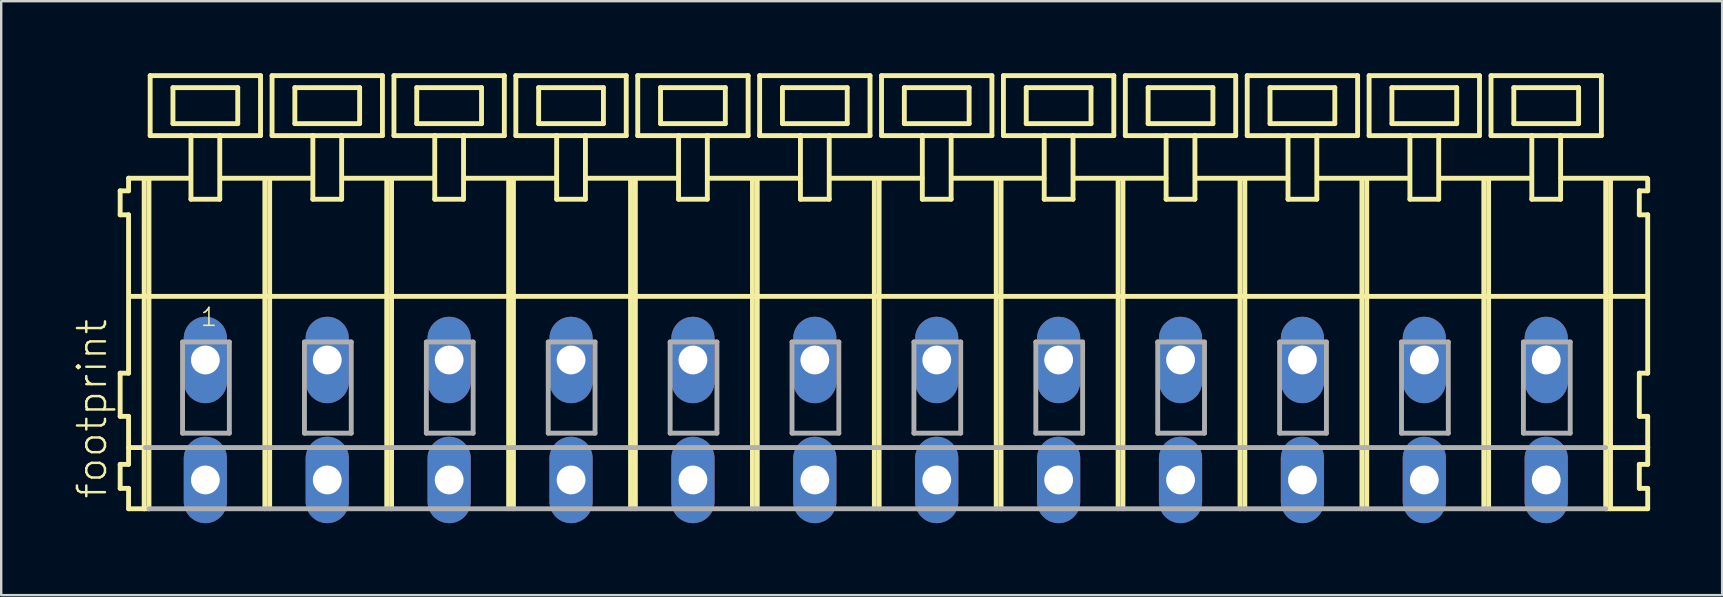
<source format=kicad_pcb>
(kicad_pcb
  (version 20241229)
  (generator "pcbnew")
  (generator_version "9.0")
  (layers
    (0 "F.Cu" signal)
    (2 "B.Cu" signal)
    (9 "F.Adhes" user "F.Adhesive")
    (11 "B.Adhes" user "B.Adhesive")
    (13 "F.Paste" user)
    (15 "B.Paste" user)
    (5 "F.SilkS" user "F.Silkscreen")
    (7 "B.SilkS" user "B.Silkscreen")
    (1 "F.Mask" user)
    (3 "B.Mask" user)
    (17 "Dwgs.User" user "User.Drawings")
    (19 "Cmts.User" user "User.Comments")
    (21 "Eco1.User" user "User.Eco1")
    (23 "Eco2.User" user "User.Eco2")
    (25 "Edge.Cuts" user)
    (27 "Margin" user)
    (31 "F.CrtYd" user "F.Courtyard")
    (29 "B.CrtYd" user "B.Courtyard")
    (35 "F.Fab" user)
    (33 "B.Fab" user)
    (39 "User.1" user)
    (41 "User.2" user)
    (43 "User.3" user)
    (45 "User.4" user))
  (footprint "footprint"
    (layer "F.Cu")
    (at 33.448 11.952)
    (property "Reference" "footprint" (at -31.975 5.855 90) (layer "F.SilkS") (effects (font (size 1.168 1.168) (thickness 0.102)) (justify left bottom)))
    (fp_line (start -31.49 -7.05) (end -31.49 -6.05) (stroke (width 0.203) (type solid)) (layer "F.SilkS"))
    (fp_line (start -31.49 -6.05) (end -31.14 -6.05) (stroke (width 0.203) (type solid)) (layer "F.SilkS"))
    (fp_line (start -31.49 0.55) (end -31.49 2.35) (stroke (width 0.203) (type solid)) (layer "F.SilkS"))
    (fp_line (start -31.49 2.35) (end -31.14 2.35) (stroke (width 0.203) (type solid)) (layer "F.SilkS"))
    (fp_line (start -31.49 4.35) (end -31.49 5.35) (stroke (width 0.203) (type solid)) (layer "F.SilkS"))
    (fp_line (start -31.49 5.35) (end -31.14 5.35) (stroke (width 0.203) (type solid)) (layer "F.SilkS"))
    (fp_line (start -31.14 -7.575) (end -31.14 -7.05) (stroke (width 0.203) (type solid)) (layer "F.SilkS"))
    (fp_line (start -31.14 -7.575) (end -28.565 -7.575) (stroke (width 0.203) (type solid)) (layer "F.SilkS"))
    (fp_line (start -31.14 -7.05) (end -31.49 -7.05) (stroke (width 0.203) (type solid)) (layer "F.SilkS"))
    (fp_line (start -31.14 -6.05) (end -31.14 0.55) (stroke (width 0.203) (type solid)) (layer "F.SilkS"))
    (fp_line (start -31.14 0.55) (end -31.49 0.55) (stroke (width 0.203) (type solid)) (layer "F.SilkS"))
    (fp_line (start -31.14 2.35) (end -31.14 4.35) (stroke (width 0.203) (type solid)) (layer "F.SilkS"))
    (fp_line (start -31.14 3.65) (end -30.44 3.65) (stroke (width 0.203) (type solid)) (layer "F.SilkS"))
    (fp_line (start -31.14 4.35) (end -31.49 4.35) (stroke (width 0.203) (type solid)) (layer "F.SilkS"))
    (fp_line (start -31.14 5.35) (end -31.14 6.2) (stroke (width 0.203) (type solid)) (layer "F.SilkS"))
    (fp_line (start -31.14 6.2) (end -30.49 6.2) (stroke (width 0.203) (type solid)) (layer "F.SilkS"))
    (fp_line (start -31.09 -2.65) (end 30.42 -2.65) (stroke (width 0.203) (type solid)) (layer "F.SilkS"))
    (fp_line (start -30.49 -7.55) (end -30.49 6.2) (stroke (width 0.203) (type solid)) (layer "F.SilkS"))
    (fp_line (start -30.49 6.2) (end -30.29 6.2) (stroke (width 0.203) (type solid)) (layer "F.SilkS"))
    (fp_line (start -30.29 -7.55) (end -30.29 6.2) (stroke (width 0.203) (type solid)) (layer "F.SilkS"))
    (fp_line (start -30.24 -11.85) (end -30.24 -9.35) (stroke (width 0.203) (type solid)) (layer "F.SilkS"))
    (fp_line (start -30.24 -9.35) (end -28.54 -9.35) (stroke (width 0.203) (type solid)) (layer "F.SilkS"))
    (fp_line (start -29.29 -11.35) (end -29.29 -9.85) (stroke (width 0.203) (type solid)) (layer "F.SilkS"))
    (fp_line (start -29.29 -9.85) (end -26.59 -9.85) (stroke (width 0.203) (type solid)) (layer "F.SilkS"))
    (fp_line (start -28.54 -9.35) (end -28.54 -6.7) (stroke (width 0.203) (type solid)) (layer "F.SilkS"))
    (fp_line (start -28.54 -9.35) (end -27.34 -9.35) (stroke (width 0.203) (type solid)) (layer "F.SilkS"))
    (fp_line (start -28.54 -6.7) (end -27.34 -6.7) (stroke (width 0.203) (type solid)) (layer "F.SilkS"))
    (fp_line (start -27.34 -9.35) (end -25.64 -9.35) (stroke (width 0.203) (type solid)) (layer "F.SilkS"))
    (fp_line (start -27.34 -6.7) (end -27.34 -9.35) (stroke (width 0.203) (type solid)) (layer "F.SilkS"))
    (fp_line (start -27.315 -7.575) (end -23.481 -7.575) (stroke (width 0.203) (type solid)) (layer "F.SilkS"))
    (fp_line (start -26.59 -11.35) (end -29.29 -11.35) (stroke (width 0.203) (type solid)) (layer "F.SilkS"))
    (fp_line (start -26.59 -9.85) (end -26.59 -11.35) (stroke (width 0.203) (type solid)) (layer "F.SilkS"))
    (fp_line (start -25.64 -11.85) (end -30.24 -11.85) (stroke (width 0.203) (type solid)) (layer "F.SilkS"))
    (fp_line (start -25.64 -9.35) (end -25.64 -11.85) (stroke (width 0.203) (type solid)) (layer "F.SilkS"))
    (fp_line (start -25.46 -7.55) (end -25.46 6.2) (stroke (width 0.203) (type solid)) (layer "F.SilkS"))
    (fp_line (start -25.26 -7.55) (end -25.26 6.2) (stroke (width 0.203) (type solid)) (layer "F.SilkS"))
    (fp_line (start -25.16 -11.85) (end -25.16 -9.35) (stroke (width 0.203) (type solid)) (layer "F.SilkS"))
    (fp_line (start -25.16 -9.35) (end -23.46 -9.35) (stroke (width 0.203) (type solid)) (layer "F.SilkS"))
    (fp_line (start -24.21 -11.35) (end -24.21 -9.85) (stroke (width 0.203) (type solid)) (layer "F.SilkS"))
    (fp_line (start -24.21 -9.85) (end -21.51 -9.85) (stroke (width 0.203) (type solid)) (layer "F.SilkS"))
    (fp_line (start -23.46 -9.35) (end -23.46 -6.7) (stroke (width 0.203) (type solid)) (layer "F.SilkS"))
    (fp_line (start -23.46 -9.35) (end -22.26 -9.35) (stroke (width 0.203) (type solid)) (layer "F.SilkS"))
    (fp_line (start -23.46 -6.7) (end -22.26 -6.7) (stroke (width 0.203) (type solid)) (layer "F.SilkS"))
    (fp_line (start -22.26 -9.35) (end -20.56 -9.35) (stroke (width 0.203) (type solid)) (layer "F.SilkS"))
    (fp_line (start -22.26 -6.7) (end -22.26 -9.35) (stroke (width 0.203) (type solid)) (layer "F.SilkS"))
    (fp_line (start -22.235 -7.575) (end -18.39 -7.575) (stroke (width 0.203) (type solid)) (layer "F.SilkS"))
    (fp_line (start -21.51 -11.35) (end -24.21 -11.35) (stroke (width 0.203) (type solid)) (layer "F.SilkS"))
    (fp_line (start -21.51 -9.85) (end -21.51 -11.35) (stroke (width 0.203) (type solid)) (layer "F.SilkS"))
    (fp_line (start -20.56 -11.85) (end -25.16 -11.85) (stroke (width 0.203) (type solid)) (layer "F.SilkS"))
    (fp_line (start -20.56 -9.35) (end -20.56 -11.85) (stroke (width 0.203) (type solid)) (layer "F.SilkS"))
    (fp_line (start -20.38 -7.55) (end -20.38 6.2) (stroke (width 0.203) (type solid)) (layer "F.SilkS"))
    (fp_line (start -20.18 -7.55) (end -20.18 6.2) (stroke (width 0.203) (type solid)) (layer "F.SilkS"))
    (fp_line (start -20.08 -11.85) (end -20.08 -9.35) (stroke (width 0.203) (type solid)) (layer "F.SilkS"))
    (fp_line (start -20.08 -9.35) (end -18.38 -9.35) (stroke (width 0.203) (type solid)) (layer "F.SilkS"))
    (fp_line (start -19.13 -11.35) (end -19.13 -9.85) (stroke (width 0.203) (type solid)) (layer "F.SilkS"))
    (fp_line (start -19.13 -9.85) (end -16.43 -9.85) (stroke (width 0.203) (type solid)) (layer "F.SilkS"))
    (fp_line (start -18.38 -9.35) (end -18.38 -6.7) (stroke (width 0.203) (type solid)) (layer "F.SilkS"))
    (fp_line (start -18.38 -9.35) (end -17.18 -9.35) (stroke (width 0.203) (type solid)) (layer "F.SilkS"))
    (fp_line (start -18.38 -6.7) (end -17.18 -6.7) (stroke (width 0.203) (type solid)) (layer "F.SilkS"))
    (fp_line (start -17.18 -9.35) (end -15.48 -9.35) (stroke (width 0.203) (type solid)) (layer "F.SilkS"))
    (fp_line (start -17.18 -6.7) (end -17.18 -9.35) (stroke (width 0.203) (type solid)) (layer "F.SilkS"))
    (fp_line (start -17.155 -7.575) (end -13.31 -7.575) (stroke (width 0.203) (type solid)) (layer "F.SilkS"))
    (fp_line (start -16.43 -11.35) (end -19.13 -11.35) (stroke (width 0.203) (type solid)) (layer "F.SilkS"))
    (fp_line (start -16.43 -9.85) (end -16.43 -11.35) (stroke (width 0.203) (type solid)) (layer "F.SilkS"))
    (fp_line (start -15.48 -11.85) (end -20.08 -11.85) (stroke (width 0.203) (type solid)) (layer "F.SilkS"))
    (fp_line (start -15.48 -9.35) (end -15.48 -11.85) (stroke (width 0.203) (type solid)) (layer "F.SilkS"))
    (fp_line (start -15.3 -7.55) (end -15.3 6.2) (stroke (width 0.203) (type solid)) (layer "F.SilkS"))
    (fp_line (start -15.1 -7.55) (end -15.1 6.2) (stroke (width 0.203) (type solid)) (layer "F.SilkS"))
    (fp_line (start -15 -11.85) (end -15 -9.35) (stroke (width 0.203) (type solid)) (layer "F.SilkS"))
    (fp_line (start -15 -9.35) (end -13.3 -9.35) (stroke (width 0.203) (type solid)) (layer "F.SilkS"))
    (fp_line (start -14.05 -11.35) (end -14.05 -9.85) (stroke (width 0.203) (type solid)) (layer "F.SilkS"))
    (fp_line (start -14.05 -9.85) (end -11.35 -9.85) (stroke (width 0.203) (type solid)) (layer "F.SilkS"))
    (fp_line (start -13.3 -9.35) (end -13.3 -6.7) (stroke (width 0.203) (type solid)) (layer "F.SilkS"))
    (fp_line (start -13.3 -9.35) (end -12.1 -9.35) (stroke (width 0.203) (type solid)) (layer "F.SilkS"))
    (fp_line (start -13.3 -6.7) (end -12.1 -6.7) (stroke (width 0.203) (type solid)) (layer "F.SilkS"))
    (fp_line (start -12.1 -9.35) (end -10.4 -9.35) (stroke (width 0.203) (type solid)) (layer "F.SilkS"))
    (fp_line (start -12.1 -6.7) (end -12.1 -9.35) (stroke (width 0.203) (type solid)) (layer "F.SilkS"))
    (fp_line (start -12.075 -7.575) (end -8.23 -7.575) (stroke (width 0.203) (type solid)) (layer "F.SilkS"))
    (fp_line (start -11.35 -11.35) (end -14.05 -11.35) (stroke (width 0.203) (type solid)) (layer "F.SilkS"))
    (fp_line (start -11.35 -9.85) (end -11.35 -11.35) (stroke (width 0.203) (type solid)) (layer "F.SilkS"))
    (fp_line (start -10.4 -11.85) (end -15 -11.85) (stroke (width 0.203) (type solid)) (layer "F.SilkS"))
    (fp_line (start -10.4 -9.35) (end -10.4 -11.85) (stroke (width 0.203) (type solid)) (layer "F.SilkS"))
    (fp_line (start -10.22 -7.55) (end -10.22 6.2) (stroke (width 0.203) (type solid)) (layer "F.SilkS"))
    (fp_line (start -10.02 -7.55) (end -10.02 6.2) (stroke (width 0.203) (type solid)) (layer "F.SilkS"))
    (fp_line (start -9.92 -11.85) (end -9.92 -9.35) (stroke (width 0.203) (type solid)) (layer "F.SilkS"))
    (fp_line (start -9.92 -9.35) (end -8.22 -9.35) (stroke (width 0.203) (type solid)) (layer "F.SilkS"))
    (fp_line (start -8.97 -11.35) (end -8.97 -9.85) (stroke (width 0.203) (type solid)) (layer "F.SilkS"))
    (fp_line (start -8.97 -9.85) (end -6.27 -9.85) (stroke (width 0.203) (type solid)) (layer "F.SilkS"))
    (fp_line (start -8.22 -9.35) (end -8.22 -6.7) (stroke (width 0.203) (type solid)) (layer "F.SilkS"))
    (fp_line (start -8.22 -9.35) (end -7.02 -9.35) (stroke (width 0.203) (type solid)) (layer "F.SilkS"))
    (fp_line (start -8.22 -6.7) (end -7.02 -6.7) (stroke (width 0.203) (type solid)) (layer "F.SilkS"))
    (fp_line (start -7.02 -9.35) (end -5.32 -9.35) (stroke (width 0.203) (type solid)) (layer "F.SilkS"))
    (fp_line (start -7.02 -6.7) (end -7.02 -9.35) (stroke (width 0.203) (type solid)) (layer "F.SilkS"))
    (fp_line (start -6.995 -7.575) (end -3.15 -7.575) (stroke (width 0.203) (type solid)) (layer "F.SilkS"))
    (fp_line (start -6.27 -11.35) (end -8.97 -11.35) (stroke (width 0.203) (type solid)) (layer "F.SilkS"))
    (fp_line (start -6.27 -9.85) (end -6.27 -11.35) (stroke (width 0.203) (type solid)) (layer "F.SilkS"))
    (fp_line (start -5.32 -11.85) (end -9.92 -11.85) (stroke (width 0.203) (type solid)) (layer "F.SilkS"))
    (fp_line (start -5.32 -9.35) (end -5.32 -11.85) (stroke (width 0.203) (type solid)) (layer "F.SilkS"))
    (fp_line (start -5.14 -7.55) (end -5.14 6.2) (stroke (width 0.203) (type solid)) (layer "F.SilkS"))
    (fp_line (start -4.94 -7.55) (end -4.94 6.2) (stroke (width 0.203) (type solid)) (layer "F.SilkS"))
    (fp_line (start -4.84 -11.85) (end -4.84 -9.35) (stroke (width 0.203) (type solid)) (layer "F.SilkS"))
    (fp_line (start -4.84 -9.35) (end -3.14 -9.35) (stroke (width 0.203) (type solid)) (layer "F.SilkS"))
    (fp_line (start -3.89 -11.35) (end -3.89 -9.85) (stroke (width 0.203) (type solid)) (layer "F.SilkS"))
    (fp_line (start -3.89 -9.85) (end -1.19 -9.85) (stroke (width 0.203) (type solid)) (layer "F.SilkS"))
    (fp_line (start -3.14 -9.35) (end -3.14 -6.7) (stroke (width 0.203) (type solid)) (layer "F.SilkS"))
    (fp_line (start -3.14 -9.35) (end -1.94 -9.35) (stroke (width 0.203) (type solid)) (layer "F.SilkS"))
    (fp_line (start -3.14 -6.7) (end -1.94 -6.7) (stroke (width 0.203) (type solid)) (layer "F.SilkS"))
    (fp_line (start -1.94 -9.35) (end -0.24 -9.35) (stroke (width 0.203) (type solid)) (layer "F.SilkS"))
    (fp_line (start -1.94 -6.7) (end -1.94 -9.35) (stroke (width 0.203) (type solid)) (layer "F.SilkS"))
    (fp_line (start -1.915 -7.575) (end 1.93 -7.575) (stroke (width 0.203) (type solid)) (layer "F.SilkS"))
    (fp_line (start -1.19 -11.35) (end -3.89 -11.35) (stroke (width 0.203) (type solid)) (layer "F.SilkS"))
    (fp_line (start -1.19 -9.85) (end -1.19 -11.35) (stroke (width 0.203) (type solid)) (layer "F.SilkS"))
    (fp_line (start -0.24 -11.85) (end -4.84 -11.85) (stroke (width 0.203) (type solid)) (layer "F.SilkS"))
    (fp_line (start -0.24 -9.35) (end -0.24 -11.85) (stroke (width 0.203) (type solid)) (layer "F.SilkS"))
    (fp_line (start -0.06 -7.55) (end -0.06 6.2) (stroke (width 0.203) (type solid)) (layer "F.SilkS"))
    (fp_line (start 0.14 -7.55) (end 0.14 6.2) (stroke (width 0.203) (type solid)) (layer "F.SilkS"))
    (fp_line (start 0.24 -11.85) (end 0.24 -9.35) (stroke (width 0.203) (type solid)) (layer "F.SilkS"))
    (fp_line (start 0.24 -9.35) (end 1.94 -9.35) (stroke (width 0.203) (type solid)) (layer "F.SilkS"))
    (fp_line (start 1.19 -11.35) (end 1.19 -9.85) (stroke (width 0.203) (type solid)) (layer "F.SilkS"))
    (fp_line (start 1.19 -9.85) (end 3.89 -9.85) (stroke (width 0.203) (type solid)) (layer "F.SilkS"))
    (fp_line (start 1.94 -9.35) (end 1.94 -6.7) (stroke (width 0.203) (type solid)) (layer "F.SilkS"))
    (fp_line (start 1.94 -9.35) (end 3.14 -9.35) (stroke (width 0.203) (type solid)) (layer "F.SilkS"))
    (fp_line (start 1.94 -6.7) (end 3.14 -6.7) (stroke (width 0.203) (type solid)) (layer "F.SilkS"))
    (fp_line (start 3.14 -9.35) (end 4.84 -9.35) (stroke (width 0.203) (type solid)) (layer "F.SilkS"))
    (fp_line (start 3.14 -6.7) (end 3.14 -9.35) (stroke (width 0.203) (type solid)) (layer "F.SilkS"))
    (fp_line (start 3.165 -7.575) (end 7.01 -7.575) (stroke (width 0.203) (type solid)) (layer "F.SilkS"))
    (fp_line (start 3.89 -11.35) (end 1.19 -11.35) (stroke (width 0.203) (type solid)) (layer "F.SilkS"))
    (fp_line (start 3.89 -9.85) (end 3.89 -11.35) (stroke (width 0.203) (type solid)) (layer "F.SilkS"))
    (fp_line (start 4.84 -11.85) (end 0.24 -11.85) (stroke (width 0.203) (type solid)) (layer "F.SilkS"))
    (fp_line (start 4.84 -9.35) (end 4.84 -11.85) (stroke (width 0.203) (type solid)) (layer "F.SilkS"))
    (fp_line (start 5.02 -7.55) (end 5.02 6.2) (stroke (width 0.203) (type solid)) (layer "F.SilkS"))
    (fp_line (start 5.22 -7.55) (end 5.22 6.2) (stroke (width 0.203) (type solid)) (layer "F.SilkS"))
    (fp_line (start 5.32 -11.85) (end 5.32 -9.35) (stroke (width 0.203) (type solid)) (layer "F.SilkS"))
    (fp_line (start 5.32 -9.35) (end 7.02 -9.35) (stroke (width 0.203) (type solid)) (layer "F.SilkS"))
    (fp_line (start 6.27 -11.35) (end 6.27 -9.85) (stroke (width 0.203) (type solid)) (layer "F.SilkS"))
    (fp_line (start 6.27 -9.85) (end 8.97 -9.85) (stroke (width 0.203) (type solid)) (layer "F.SilkS"))
    (fp_line (start 7.02 -9.35) (end 7.02 -6.7) (stroke (width 0.203) (type solid)) (layer "F.SilkS"))
    (fp_line (start 7.02 -9.35) (end 8.22 -9.35) (stroke (width 0.203) (type solid)) (layer "F.SilkS"))
    (fp_line (start 7.02 -6.7) (end 8.22 -6.7) (stroke (width 0.203) (type solid)) (layer "F.SilkS"))
    (fp_line (start 8.22 -9.35) (end 9.92 -9.35) (stroke (width 0.203) (type solid)) (layer "F.SilkS"))
    (fp_line (start 8.22 -6.7) (end 8.22 -9.35) (stroke (width 0.203) (type solid)) (layer "F.SilkS"))
    (fp_line (start 8.245 -7.575) (end 12.09 -7.575) (stroke (width 0.203) (type solid)) (layer "F.SilkS"))
    (fp_line (start 8.97 -11.35) (end 6.27 -11.35) (stroke (width 0.203) (type solid)) (layer "F.SilkS"))
    (fp_line (start 8.97 -9.85) (end 8.97 -11.35) (stroke (width 0.203) (type solid)) (layer "F.SilkS"))
    (fp_line (start 9.92 -11.85) (end 5.32 -11.85) (stroke (width 0.203) (type solid)) (layer "F.SilkS"))
    (fp_line (start 9.92 -9.35) (end 9.92 -11.85) (stroke (width 0.203) (type solid)) (layer "F.SilkS"))
    (fp_line (start 10.1 -7.55) (end 10.1 6.2) (stroke (width 0.203) (type solid)) (layer "F.SilkS"))
    (fp_line (start 10.3 -7.55) (end 10.3 6.2) (stroke (width 0.203) (type solid)) (layer "F.SilkS"))
    (fp_line (start 10.4 -11.85) (end 10.4 -9.35) (stroke (width 0.203) (type solid)) (layer "F.SilkS"))
    (fp_line (start 10.4 -9.35) (end 12.1 -9.35) (stroke (width 0.203) (type solid)) (layer "F.SilkS"))
    (fp_line (start 11.35 -11.35) (end 11.35 -9.85) (stroke (width 0.203) (type solid)) (layer "F.SilkS"))
    (fp_line (start 11.35 -9.85) (end 14.05 -9.85) (stroke (width 0.203) (type solid)) (layer "F.SilkS"))
    (fp_line (start 12.1 -9.35) (end 12.1 -6.7) (stroke (width 0.203) (type solid)) (layer "F.SilkS"))
    (fp_line (start 12.1 -9.35) (end 13.3 -9.35) (stroke (width 0.203) (type solid)) (layer "F.SilkS"))
    (fp_line (start 12.1 -6.7) (end 13.3 -6.7) (stroke (width 0.203) (type solid)) (layer "F.SilkS"))
    (fp_line (start 13.3 -9.35) (end 15 -9.35) (stroke (width 0.203) (type solid)) (layer "F.SilkS"))
    (fp_line (start 13.3 -6.7) (end 13.3 -9.35) (stroke (width 0.203) (type solid)) (layer "F.SilkS"))
    (fp_line (start 13.325 -7.575) (end 17.17 -7.575) (stroke (width 0.203) (type solid)) (layer "F.SilkS"))
    (fp_line (start 14.05 -11.35) (end 11.35 -11.35) (stroke (width 0.203) (type solid)) (layer "F.SilkS"))
    (fp_line (start 14.05 -9.85) (end 14.05 -11.35) (stroke (width 0.203) (type solid)) (layer "F.SilkS"))
    (fp_line (start 15 -11.85) (end 10.4 -11.85) (stroke (width 0.203) (type solid)) (layer "F.SilkS"))
    (fp_line (start 15 -9.35) (end 15 -11.85) (stroke (width 0.203) (type solid)) (layer "F.SilkS"))
    (fp_line (start 15.18 -7.55) (end 15.18 6.2) (stroke (width 0.203) (type solid)) (layer "F.SilkS"))
    (fp_line (start 15.38 -7.55) (end 15.38 6.2) (stroke (width 0.203) (type solid)) (layer "F.SilkS"))
    (fp_line (start 15.48 -11.85) (end 15.48 -9.35) (stroke (width 0.203) (type solid)) (layer "F.SilkS"))
    (fp_line (start 15.48 -9.35) (end 17.18 -9.35) (stroke (width 0.203) (type solid)) (layer "F.SilkS"))
    (fp_line (start 16.43 -11.35) (end 16.43 -9.85) (stroke (width 0.203) (type solid)) (layer "F.SilkS"))
    (fp_line (start 16.43 -9.85) (end 19.13 -9.85) (stroke (width 0.203) (type solid)) (layer "F.SilkS"))
    (fp_line (start 17.18 -9.35) (end 17.18 -6.7) (stroke (width 0.203) (type solid)) (layer "F.SilkS"))
    (fp_line (start 17.18 -9.35) (end 18.38 -9.35) (stroke (width 0.203) (type solid)) (layer "F.SilkS"))
    (fp_line (start 17.18 -6.7) (end 18.38 -6.7) (stroke (width 0.203) (type solid)) (layer "F.SilkS"))
    (fp_line (start 18.38 -9.35) (end 20.08 -9.35) (stroke (width 0.203) (type solid)) (layer "F.SilkS"))
    (fp_line (start 18.38 -6.7) (end 18.38 -9.35) (stroke (width 0.203) (type solid)) (layer "F.SilkS"))
    (fp_line (start 18.405 -7.575) (end 22.25 -7.575) (stroke (width 0.203) (type solid)) (layer "F.SilkS"))
    (fp_line (start 19.13 -11.35) (end 16.43 -11.35) (stroke (width 0.203) (type solid)) (layer "F.SilkS"))
    (fp_line (start 19.13 -9.85) (end 19.13 -11.35) (stroke (width 0.203) (type solid)) (layer "F.SilkS"))
    (fp_line (start 20.08 -11.85) (end 15.48 -11.85) (stroke (width 0.203) (type solid)) (layer "F.SilkS"))
    (fp_line (start 20.08 -9.35) (end 20.08 -11.85) (stroke (width 0.203) (type solid)) (layer "F.SilkS"))
    (fp_line (start 20.26 -7.55) (end 20.26 6.2) (stroke (width 0.203) (type solid)) (layer "F.SilkS"))
    (fp_line (start 20.46 -7.55) (end 20.46 6.2) (stroke (width 0.203) (type solid)) (layer "F.SilkS"))
    (fp_line (start 20.56 -11.85) (end 20.56 -9.35) (stroke (width 0.203) (type solid)) (layer "F.SilkS"))
    (fp_line (start 20.56 -9.35) (end 22.26 -9.35) (stroke (width 0.203) (type solid)) (layer "F.SilkS"))
    (fp_line (start 21.51 -11.35) (end 21.51 -9.85) (stroke (width 0.203) (type solid)) (layer "F.SilkS"))
    (fp_line (start 21.51 -9.85) (end 24.21 -9.85) (stroke (width 0.203) (type solid)) (layer "F.SilkS"))
    (fp_line (start 22.26 -9.35) (end 22.26 -6.7) (stroke (width 0.203) (type solid)) (layer "F.SilkS"))
    (fp_line (start 22.26 -9.35) (end 23.46 -9.35) (stroke (width 0.203) (type solid)) (layer "F.SilkS"))
    (fp_line (start 22.26 -6.7) (end 23.46 -6.7) (stroke (width 0.203) (type solid)) (layer "F.SilkS"))
    (fp_line (start 23.46 -9.35) (end 25.16 -9.35) (stroke (width 0.203) (type solid)) (layer "F.SilkS"))
    (fp_line (start 23.46 -6.7) (end 23.46 -9.35) (stroke (width 0.203) (type solid)) (layer "F.SilkS"))
    (fp_line (start 23.485 -7.575) (end 27.33 -7.575) (stroke (width 0.203) (type solid)) (layer "F.SilkS"))
    (fp_line (start 24.21 -11.35) (end 21.51 -11.35) (stroke (width 0.203) (type solid)) (layer "F.SilkS"))
    (fp_line (start 24.21 -9.85) (end 24.21 -11.35) (stroke (width 0.203) (type solid)) (layer "F.SilkS"))
    (fp_line (start 25.16 -11.85) (end 20.56 -11.85) (stroke (width 0.203) (type solid)) (layer "F.SilkS"))
    (fp_line (start 25.16 -9.35) (end 25.16 -11.85) (stroke (width 0.203) (type solid)) (layer "F.SilkS"))
    (fp_line (start 25.34 -7.55) (end 25.34 6.2) (stroke (width 0.203) (type solid)) (layer "F.SilkS"))
    (fp_line (start 25.54 -7.55) (end 25.54 6.2) (stroke (width 0.203) (type solid)) (layer "F.SilkS"))
    (fp_line (start 25.64 -11.85) (end 25.64 -9.35) (stroke (width 0.203) (type solid)) (layer "F.SilkS"))
    (fp_line (start 25.64 -9.35) (end 27.34 -9.35) (stroke (width 0.203) (type solid)) (layer "F.SilkS"))
    (fp_line (start 26.59 -11.35) (end 26.59 -9.85) (stroke (width 0.203) (type solid)) (layer "F.SilkS"))
    (fp_line (start 26.59 -9.85) (end 29.29 -9.85) (stroke (width 0.203) (type solid)) (layer "F.SilkS"))
    (fp_line (start 27.34 -9.35) (end 27.34 -6.7) (stroke (width 0.203) (type solid)) (layer "F.SilkS"))
    (fp_line (start 27.34 -9.35) (end 28.54 -9.35) (stroke (width 0.203) (type solid)) (layer "F.SilkS"))
    (fp_line (start 27.34 -6.7) (end 28.54 -6.7) (stroke (width 0.203) (type solid)) (layer "F.SilkS"))
    (fp_line (start 28.54 -9.35) (end 30.24 -9.35) (stroke (width 0.203) (type solid)) (layer "F.SilkS"))
    (fp_line (start 28.54 -6.7) (end 28.54 -9.35) (stroke (width 0.203) (type solid)) (layer "F.SilkS"))
    (fp_line (start 28.55 -7.575) (end 32.145 -7.575) (stroke (width 0.203) (type solid)) (layer "F.SilkS"))
    (fp_line (start 29.29 -11.35) (end 26.59 -11.35) (stroke (width 0.203) (type solid)) (layer "F.SilkS"))
    (fp_line (start 29.29 -9.85) (end 29.29 -11.35) (stroke (width 0.203) (type solid)) (layer "F.SilkS"))
    (fp_line (start 30.24 -11.85) (end 25.64 -11.85) (stroke (width 0.203) (type solid)) (layer "F.SilkS"))
    (fp_line (start 30.24 -9.35) (end 30.24 -11.85) (stroke (width 0.203) (type solid)) (layer "F.SilkS"))
    (fp_line (start 30.42 -7.55) (end 30.42 -2.65) (stroke (width 0.203) (type solid)) (layer "F.SilkS"))
    (fp_line (start 30.42 -2.65) (end 30.42 6.2) (stroke (width 0.203) (type solid)) (layer "F.SilkS"))
    (fp_line (start 30.42 -2.65) (end 32.12 -2.65) (stroke (width 0.203) (type solid)) (layer "F.SilkS"))
    (fp_line (start 30.42 6.2) (end 32.17 6.2) (stroke (width 0.203) (type solid)) (layer "F.SilkS"))
    (fp_line (start 30.47 3.65) (end 32.17 3.65) (stroke (width 0.203) (type solid)) (layer "F.SilkS"))
    (fp_line (start 30.62 -7.55) (end 30.62 6.2) (stroke (width 0.203) (type solid)) (layer "F.SilkS"))
    (fp_line (start 31.82 -7.05) (end 31.82 -6.05) (stroke (width 0.203) (type solid)) (layer "F.SilkS"))
    (fp_line (start 31.82 -6.05) (end 32.17 -6.05) (stroke (width 0.203) (type solid)) (layer "F.SilkS"))
    (fp_line (start 31.82 0.55) (end 31.82 2.35) (stroke (width 0.203) (type solid)) (layer "F.SilkS"))
    (fp_line (start 31.82 2.35) (end 32.17 2.35) (stroke (width 0.203) (type solid)) (layer "F.SilkS"))
    (fp_line (start 31.82 4.35) (end 31.82 5.35) (stroke (width 0.203) (type solid)) (layer "F.SilkS"))
    (fp_line (start 31.82 5.35) (end 32.17 5.35) (stroke (width 0.203) (type solid)) (layer "F.SilkS"))
    (fp_line (start 32.17 -7.05) (end 31.82 -7.05) (stroke (width 0.203) (type solid)) (layer "F.SilkS"))
    (fp_line (start 32.17 -7.05) (end 32.17 -7.55) (stroke (width 0.203) (type solid)) (layer "F.SilkS"))
    (fp_line (start 32.17 0.55) (end 31.82 0.55) (stroke (width 0.203) (type solid)) (layer "F.SilkS"))
    (fp_line (start 32.17 0.55) (end 32.17 -6.05) (stroke (width 0.203) (type solid)) (layer "F.SilkS"))
    (fp_line (start 32.17 3.65) (end 32.17 2.35) (stroke (width 0.203) (type solid)) (layer "F.SilkS"))
    (fp_line (start 32.17 4.35) (end 31.82 4.35) (stroke (width 0.203) (type solid)) (layer "F.SilkS"))
    (fp_line (start 32.17 4.35) (end 32.17 3.65) (stroke (width 0.203) (type solid)) (layer "F.SilkS"))
    (fp_line (start 32.17 6.2) (end 32.17 5.35) (stroke (width 0.203) (type solid)) (layer "F.SilkS"))
    (fp_line (start -30.44 3.65) (end 30.42 3.65) (stroke (width 0.203) (type solid)) (layer "F.Fab"))
    (fp_line (start -30.29 6.2) (end 30.42 6.2) (stroke (width 0.203) (type solid)) (layer "F.Fab"))
    (fp_line (start -28.89 -0.75) (end -28.89 3.05) (stroke (width 0.203) (type solid)) (layer "F.Fab"))
    (fp_line (start -28.89 3.05) (end -26.94 3.05) (stroke (width 0.203) (type solid)) (layer "F.Fab"))
    (fp_line (start -26.94 -0.75) (end -28.89 -0.75) (stroke (width 0.203) (type solid)) (layer "F.Fab"))
    (fp_line (start -26.94 3.05) (end -26.94 -0.75) (stroke (width 0.203) (type solid)) (layer "F.Fab"))
    (fp_line (start -23.81 -0.75) (end -23.81 3.05) (stroke (width 0.203) (type solid)) (layer "F.Fab"))
    (fp_line (start -23.81 3.05) (end -21.86 3.05) (stroke (width 0.203) (type solid)) (layer "F.Fab"))
    (fp_line (start -21.86 -0.75) (end -23.81 -0.75) (stroke (width 0.203) (type solid)) (layer "F.Fab"))
    (fp_line (start -21.86 3.05) (end -21.86 -0.75) (stroke (width 0.203) (type solid)) (layer "F.Fab"))
    (fp_line (start -18.73 -0.75) (end -18.73 3.05) (stroke (width 0.203) (type solid)) (layer "F.Fab"))
    (fp_line (start -18.73 3.05) (end -16.78 3.05) (stroke (width 0.203) (type solid)) (layer "F.Fab"))
    (fp_line (start -16.78 -0.75) (end -18.73 -0.75) (stroke (width 0.203) (type solid)) (layer "F.Fab"))
    (fp_line (start -16.78 3.05) (end -16.78 -0.75) (stroke (width 0.203) (type solid)) (layer "F.Fab"))
    (fp_line (start -13.65 -0.75) (end -13.65 3.05) (stroke (width 0.203) (type solid)) (layer "F.Fab"))
    (fp_line (start -13.65 3.05) (end -11.7 3.05) (stroke (width 0.203) (type solid)) (layer "F.Fab"))
    (fp_line (start -11.7 -0.75) (end -13.65 -0.75) (stroke (width 0.203) (type solid)) (layer "F.Fab"))
    (fp_line (start -11.7 3.05) (end -11.7 -0.75) (stroke (width 0.203) (type solid)) (layer "F.Fab"))
    (fp_line (start -8.57 -0.75) (end -8.57 3.05) (stroke (width 0.203) (type solid)) (layer "F.Fab"))
    (fp_line (start -8.57 3.05) (end -6.62 3.05) (stroke (width 0.203) (type solid)) (layer "F.Fab"))
    (fp_line (start -6.62 -0.75) (end -8.57 -0.75) (stroke (width 0.203) (type solid)) (layer "F.Fab"))
    (fp_line (start -6.62 3.05) (end -6.62 -0.75) (stroke (width 0.203) (type solid)) (layer "F.Fab"))
    (fp_line (start -3.49 -0.75) (end -3.49 3.05) (stroke (width 0.203) (type solid)) (layer "F.Fab"))
    (fp_line (start -3.49 3.05) (end -1.54 3.05) (stroke (width 0.203) (type solid)) (layer "F.Fab"))
    (fp_line (start -1.54 -0.75) (end -3.49 -0.75) (stroke (width 0.203) (type solid)) (layer "F.Fab"))
    (fp_line (start -1.54 3.05) (end -1.54 -0.75) (stroke (width 0.203) (type solid)) (layer "F.Fab"))
    (fp_line (start 1.59 -0.75) (end 1.59 3.05) (stroke (width 0.203) (type solid)) (layer "F.Fab"))
    (fp_line (start 1.59 3.05) (end 3.54 3.05) (stroke (width 0.203) (type solid)) (layer "F.Fab"))
    (fp_line (start 3.54 -0.75) (end 1.59 -0.75) (stroke (width 0.203) (type solid)) (layer "F.Fab"))
    (fp_line (start 3.54 3.05) (end 3.54 -0.75) (stroke (width 0.203) (type solid)) (layer "F.Fab"))
    (fp_line (start 6.67 -0.75) (end 6.67 3.05) (stroke (width 0.203) (type solid)) (layer "F.Fab"))
    (fp_line (start 6.67 3.05) (end 8.62 3.05) (stroke (width 0.203) (type solid)) (layer "F.Fab"))
    (fp_line (start 8.62 -0.75) (end 6.67 -0.75) (stroke (width 0.203) (type solid)) (layer "F.Fab"))
    (fp_line (start 8.62 3.05) (end 8.62 -0.75) (stroke (width 0.203) (type solid)) (layer "F.Fab"))
    (fp_line (start 11.75 -0.75) (end 11.75 3.05) (stroke (width 0.203) (type solid)) (layer "F.Fab"))
    (fp_line (start 11.75 3.05) (end 13.7 3.05) (stroke (width 0.203) (type solid)) (layer "F.Fab"))
    (fp_line (start 13.7 -0.75) (end 11.75 -0.75) (stroke (width 0.203) (type solid)) (layer "F.Fab"))
    (fp_line (start 13.7 3.05) (end 13.7 -0.75) (stroke (width 0.203) (type solid)) (layer "F.Fab"))
    (fp_line (start 16.83 -0.75) (end 16.83 3.05) (stroke (width 0.203) (type solid)) (layer "F.Fab"))
    (fp_line (start 16.83 3.05) (end 18.78 3.05) (stroke (width 0.203) (type solid)) (layer "F.Fab"))
    (fp_line (start 18.78 -0.75) (end 16.83 -0.75) (stroke (width 0.203) (type solid)) (layer "F.Fab"))
    (fp_line (start 18.78 3.05) (end 18.78 -0.75) (stroke (width 0.203) (type solid)) (layer "F.Fab"))
    (fp_line (start 21.91 -0.75) (end 21.91 3.05) (stroke (width 0.203) (type solid)) (layer "F.Fab"))
    (fp_line (start 21.91 3.05) (end 23.86 3.05) (stroke (width 0.203) (type solid)) (layer "F.Fab"))
    (fp_line (start 23.86 -0.75) (end 21.91 -0.75) (stroke (width 0.203) (type solid)) (layer "F.Fab"))
    (fp_line (start 23.86 3.05) (end 23.86 -0.75) (stroke (width 0.203) (type solid)) (layer "F.Fab"))
    (fp_line (start 26.99 -0.75) (end 26.99 3.05) (stroke (width 0.203) (type solid)) (layer "F.Fab"))
    (fp_line (start 26.99 3.05) (end 28.94 3.05) (stroke (width 0.203) (type solid)) (layer "F.Fab"))
    (fp_line (start 28.94 -0.75) (end 26.99 -0.75) (stroke (width 0.203) (type solid)) (layer "F.Fab"))
    (fp_line (start 28.94 3.05) (end 28.94 -0.75) (stroke (width 0.203) (type solid)) (layer "F.Fab"))
    (fp_text user "1" (at -28.19 -1.35 0) (layer "F.SilkS") (effects (font (size 0.748 0.748) (thickness 0.065)) (justify left bottom)))
    (pad "A1" thru_hole oval (at -27.94 0 90) (size 3.6 1.8) (drill 1.2) (layers "*.Cu" "*.Mask"))
    (pad "A2" thru_hole oval (at -22.86 0 90) (size 3.6 1.8) (drill 1.2) (layers "*.Cu" "*.Mask"))
    (pad "A3" thru_hole oval (at -17.78 0 90) (size 3.6 1.8) (drill 1.2) (layers "*.Cu" "*.Mask"))
    (pad "A4" thru_hole oval (at -12.7 0 90) (size 3.6 1.8) (drill 1.2) (layers "*.Cu" "*.Mask"))
    (pad "A5" thru_hole oval (at -7.62 0 90) (size 3.6 1.8) (drill 1.2) (layers "*.Cu" "*.Mask"))
    (pad "A6" thru_hole oval (at -2.54 0 90) (size 3.6 1.8) (drill 1.2) (layers "*.Cu" "*.Mask"))
    (pad "A7" thru_hole oval (at 2.54 0 90) (size 3.6 1.8) (drill 1.2) (layers "*.Cu" "*.Mask"))
    (pad "A8" thru_hole oval (at 7.62 0 90) (size 3.6 1.8) (drill 1.2) (layers "*.Cu" "*.Mask"))
    (pad "A9" thru_hole oval (at 12.7 0 90) (size 3.6 1.8) (drill 1.2) (layers "*.Cu" "*.Mask"))
    (pad "A10" thru_hole oval (at 17.78 0 90) (size 3.6 1.8) (drill 1.2) (layers "*.Cu" "*.Mask"))
    (pad "A11" thru_hole oval (at 22.86 0 90) (size 3.6 1.8) (drill 1.2) (layers "*.Cu" "*.Mask"))
    (pad "A12" thru_hole oval (at 27.94 0 90) (size 3.6 1.8) (drill 1.2) (layers "*.Cu" "*.Mask"))
    (pad "B1" thru_hole oval (at -27.94 5 90) (size 3.6 1.8) (drill 1.2) (layers "*.Cu" "*.Mask"))
    (pad "B2" thru_hole oval (at -22.86 5 90) (size 3.6 1.8) (drill 1.2) (layers "*.Cu" "*.Mask"))
    (pad "B3" thru_hole oval (at -17.78 5 90) (size 3.6 1.8) (drill 1.2) (layers "*.Cu" "*.Mask"))
    (pad "B4" thru_hole oval (at -12.7 5 90) (size 3.6 1.8) (drill 1.2) (layers "*.Cu" "*.Mask"))
    (pad "B5" thru_hole oval (at -7.62 5 90) (size 3.6 1.8) (drill 1.2) (layers "*.Cu" "*.Mask"))
    (pad "B6" thru_hole oval (at -2.54 5 90) (size 3.6 1.8) (drill 1.2) (layers "*.Cu" "*.Mask"))
    (pad "B7" thru_hole oval (at 2.54 5 90) (size 3.6 1.8) (drill 1.2) (layers "*.Cu" "*.Mask"))
    (pad "B8" thru_hole oval (at 7.62 5 90) (size 3.6 1.8) (drill 1.2) (layers "*.Cu" "*.Mask"))
    (pad "B9" thru_hole oval (at 12.7 5 90) (size 3.6 1.8) (drill 1.2) (layers "*.Cu" "*.Mask"))
    (pad "B10" thru_hole oval (at 17.78 5 90) (size 3.6 1.8) (drill 1.2) (layers "*.Cu" "*.Mask"))
    (pad "B11" thru_hole oval (at 22.86 5 90) (size 3.6 1.8) (drill 1.2) (layers "*.Cu" "*.Mask"))
    (pad "B12" thru_hole oval (at 27.94 5 90) (size 3.6 1.8) (drill 1.2) (layers "*.Cu" "*.Mask")))
  (gr_rect
    (start -3 -3)
    (end 68.72 21.752)
    (stroke (width 0.1) (type default))
    (fill no)
    (layer "Edge.Cuts")))
</source>
